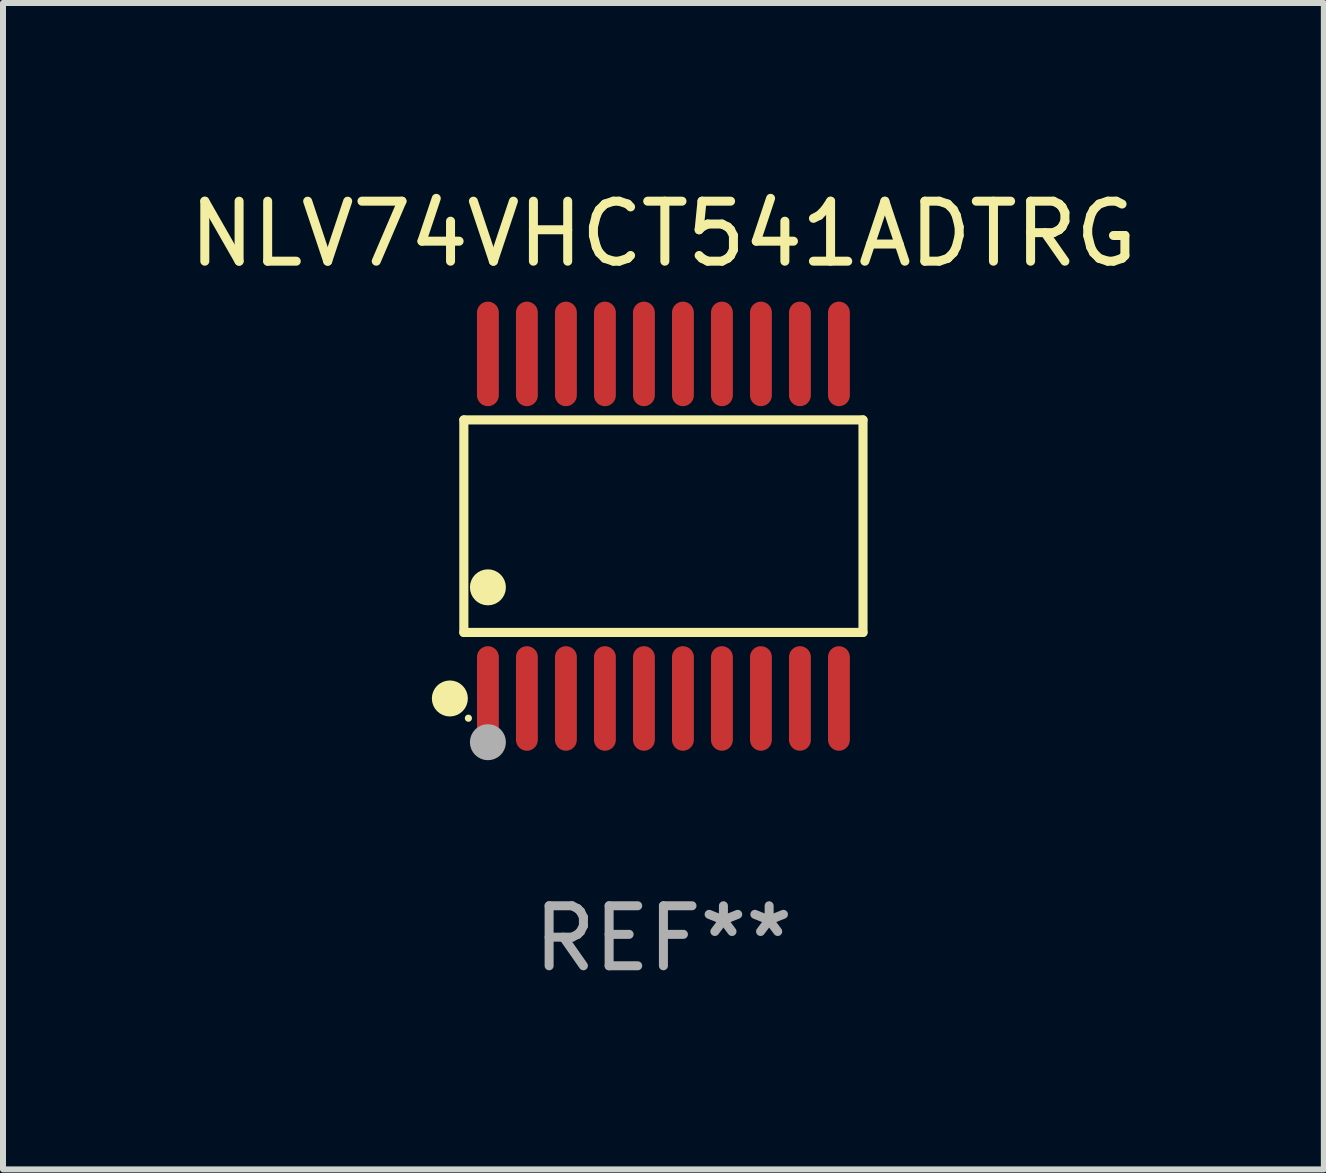
<source format=kicad_pcb>
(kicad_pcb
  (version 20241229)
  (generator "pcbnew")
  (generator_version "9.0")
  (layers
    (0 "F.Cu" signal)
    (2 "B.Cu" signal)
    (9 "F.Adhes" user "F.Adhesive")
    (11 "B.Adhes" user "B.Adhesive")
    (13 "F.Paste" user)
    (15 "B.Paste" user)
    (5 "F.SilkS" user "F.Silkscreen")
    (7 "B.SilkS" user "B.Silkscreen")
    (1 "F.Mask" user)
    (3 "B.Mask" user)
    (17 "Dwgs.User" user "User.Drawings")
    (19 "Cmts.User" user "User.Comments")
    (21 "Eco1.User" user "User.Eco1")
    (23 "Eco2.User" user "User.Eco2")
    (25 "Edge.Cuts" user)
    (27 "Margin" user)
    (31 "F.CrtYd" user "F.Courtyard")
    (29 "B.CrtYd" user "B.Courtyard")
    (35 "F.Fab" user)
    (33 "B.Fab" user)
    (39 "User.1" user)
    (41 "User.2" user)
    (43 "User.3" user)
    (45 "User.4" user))
  (footprint "NLV74VHCT541ADTRG"
    (layer "F.Cu")
    (at 8.006 5.719)
    (property "Reference" "NLV74VHCT541ADTRG" (at 0 -4.871 0) (layer "F.SilkS") (effects (font (size 1 1) (thickness 0.15))))
    (attr through_hole)
    (fp_line (start -3.326 -1.771) (end 3.326 -1.771) (stroke (width 0.152) (type solid)) (layer "F.SilkS"))
    (fp_line (start -3.326 1.771) (end -3.326 -1.771) (stroke (width 0.152) (type solid)) (layer "F.SilkS"))
    (fp_line (start 3.326 -1.771) (end 3.326 1.771) (stroke (width 0.152) (type solid)) (layer "F.SilkS"))
    (fp_line (start 3.326 1.771) (end -3.326 1.771) (stroke (width 0.152) (type solid)) (layer "F.SilkS"))
    (fp_circle (center -3.559 2.871) (end -3.409 2.871) (stroke (width 0.3) (type solid)) (fill no) (layer "F.SilkS"))
    (fp_circle (center -3.25 3.2) (end -3.22 3.2) (stroke (width 0.06) (type solid)) (fill no) (layer "F.SilkS"))
    (fp_circle (center -2.925 1.019) (end -2.775 1.019) (stroke (width 0.3) (type solid)) (fill no) (layer "F.SilkS"))
    (fp_circle (center -2.925 3.6) (end -2.775 3.6) (stroke (width 0.3) (type solid)) (fill no) (layer "F.Fab"))
    (fp_text user "REF**" (at 0 6.871 0) (layer "F.Fab") (effects (font (size 1 1) (thickness 0.15))))
    (pad "1" smd oval (at -2.925 2.871) (size 0.364 1.742) (layers "F.Cu" "F.Mask" "F.Paste"))
    (pad "2" smd oval (at -2.275 2.871) (size 0.364 1.742) (layers "F.Cu" "F.Mask" "F.Paste"))
    (pad "3" smd oval (at -1.625 2.871) (size 0.364 1.742) (layers "F.Cu" "F.Mask" "F.Paste"))
    (pad "4" smd oval (at -0.975 2.871) (size 0.364 1.742) (layers "F.Cu" "F.Mask" "F.Paste"))
    (pad "5" smd oval (at -0.325 2.871) (size 0.364 1.742) (layers "F.Cu" "F.Mask" "F.Paste"))
    (pad "6" smd oval (at 0.325 2.871) (size 0.364 1.742) (layers "F.Cu" "F.Mask" "F.Paste"))
    (pad "7" smd oval (at 0.975 2.871) (size 0.364 1.742) (layers "F.Cu" "F.Mask" "F.Paste"))
    (pad "8" smd oval (at 1.625 2.871) (size 0.364 1.742) (layers "F.Cu" "F.Mask" "F.Paste"))
    (pad "9" smd oval (at 2.275 2.871) (size 0.364 1.742) (layers "F.Cu" "F.Mask" "F.Paste"))
    (pad "10" smd oval (at 2.925 2.871) (size 0.364 1.742) (layers "F.Cu" "F.Mask" "F.Paste"))
    (pad "11" smd oval (at 2.925 -2.871) (size 0.364 1.742) (layers "F.Cu" "F.Mask" "F.Paste"))
    (pad "12" smd oval (at 2.275 -2.871) (size 0.364 1.742) (layers "F.Cu" "F.Mask" "F.Paste"))
    (pad "13" smd oval (at 1.625 -2.871) (size 0.364 1.742) (layers "F.Cu" "F.Mask" "F.Paste"))
    (pad "14" smd oval (at 0.975 -2.871) (size 0.364 1.742) (layers "F.Cu" "F.Mask" "F.Paste"))
    (pad "15" smd oval (at 0.325 -2.871) (size 0.364 1.742) (layers "F.Cu" "F.Mask" "F.Paste"))
    (pad "16" smd oval (at -0.325 -2.871) (size 0.364 1.742) (layers "F.Cu" "F.Mask" "F.Paste"))
    (pad "17" smd oval (at -0.975 -2.871) (size 0.364 1.742) (layers "F.Cu" "F.Mask" "F.Paste"))
    (pad "18" smd oval (at -1.625 -2.871) (size 0.364 1.742) (layers "F.Cu" "F.Mask" "F.Paste"))
    (pad "19" smd oval (at -2.275 -2.871) (size 0.364 1.742) (layers "F.Cu" "F.Mask" "F.Paste"))
    (pad "20" smd oval (at -2.925 -2.871) (size 0.364 1.742) (layers "F.Cu" "F.Mask" "F.Paste")))
  (gr_rect
    (start -3 -3)
    (end 19.012 16.438)
    (stroke (width 0.1) (type default))
    (fill no)
    (layer "Edge.Cuts")))
</source>
